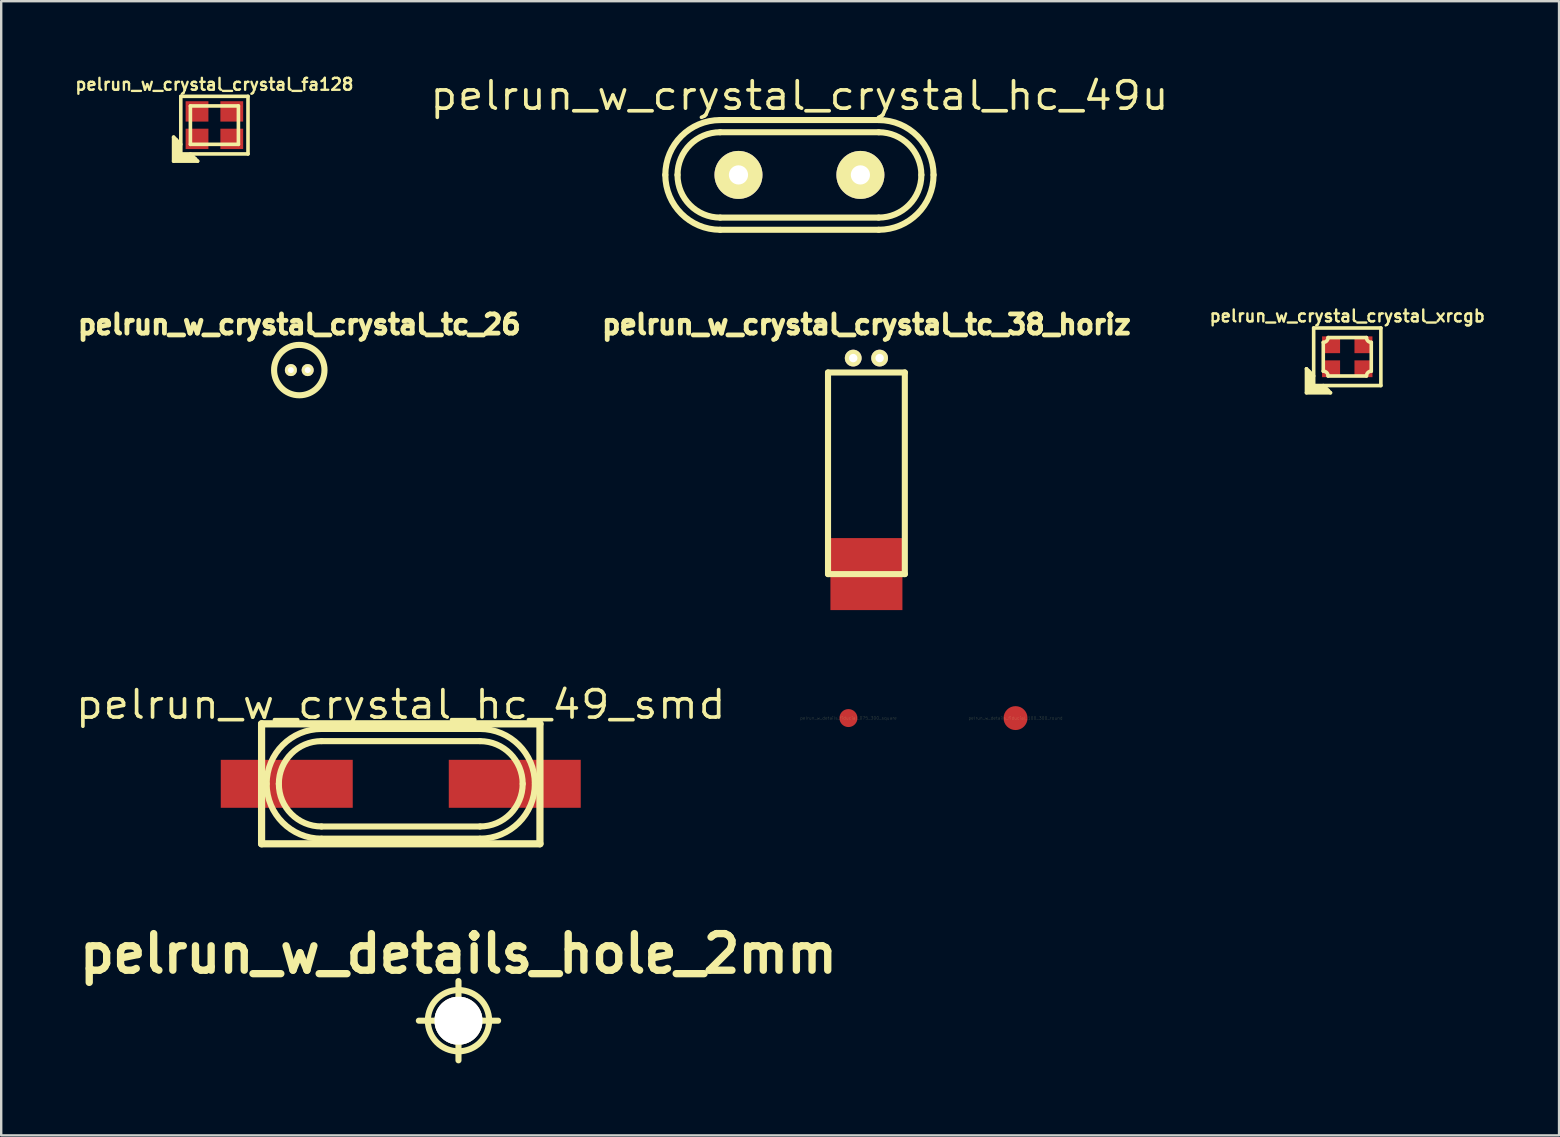
<source format=kicad_pcb>
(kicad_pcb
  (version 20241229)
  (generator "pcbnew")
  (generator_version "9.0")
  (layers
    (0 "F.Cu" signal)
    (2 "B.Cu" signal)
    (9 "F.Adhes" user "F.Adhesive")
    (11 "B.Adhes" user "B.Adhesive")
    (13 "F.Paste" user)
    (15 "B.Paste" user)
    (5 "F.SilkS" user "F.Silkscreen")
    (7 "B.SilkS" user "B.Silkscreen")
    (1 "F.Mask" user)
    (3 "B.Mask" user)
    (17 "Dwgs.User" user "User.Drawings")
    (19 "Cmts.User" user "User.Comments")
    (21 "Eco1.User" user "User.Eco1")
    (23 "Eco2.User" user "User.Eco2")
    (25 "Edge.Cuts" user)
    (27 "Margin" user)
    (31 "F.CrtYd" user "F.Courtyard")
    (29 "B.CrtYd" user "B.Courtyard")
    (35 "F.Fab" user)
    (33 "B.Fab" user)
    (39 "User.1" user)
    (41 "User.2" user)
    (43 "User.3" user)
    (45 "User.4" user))
  (footprint "pelrun_w_crystal_crystal_fa128"
    (layer "F.Cu")
    (at 5.883 2.164)
    (property "Reference" "pelrun_w_crystal_crystal_fa128" (at 0 -1.699 0) (layer "F.SilkS") (effects (font (size 0.498 0.498) (thickness 0.099))))
    (attr through_hole)
    (fp_line (start -1.7 0.5) (end -1.4 0.8) (stroke (width 0.15) (type solid)) (layer "F.SilkS"))
    (fp_line (start -1.7 1.5) (end -1.7 0.5) (stroke (width 0.15) (type solid)) (layer "F.SilkS"))
    (fp_line (start -1.7 1.5) (end -0.7 1.5) (stroke (width 0.15) (type solid)) (layer "F.SilkS"))
    (fp_line (start -1.6 1.4) (end -1.6 0.6) (stroke (width 0.15) (type solid)) (layer "F.SilkS"))
    (fp_line (start -1.6 1.4) (end -0.8 1.4) (stroke (width 0.15) (type solid)) (layer "F.SilkS"))
    (fp_line (start -1.5 1.3) (end -1.5 0.7) (stroke (width 0.15) (type solid)) (layer "F.SilkS"))
    (fp_line (start -1.5 1.3) (end -0.9 1.3) (stroke (width 0.15) (type solid)) (layer "F.SilkS"))
    (fp_line (start -1.4 -1.2) (end 1.4 -1.2) (stroke (width 0.15) (type solid)) (layer "F.SilkS"))
    (fp_line (start -1.4 1.2) (end -1.4 -1.2) (stroke (width 0.15) (type solid)) (layer "F.SilkS"))
    (fp_line (start -1 -0.8) (end -1 0.8) (stroke (width 0.15) (type solid)) (layer "F.SilkS"))
    (fp_line (start -1 0.8) (end 1 0.8) (stroke (width 0.15) (type solid)) (layer "F.SilkS"))
    (fp_line (start -0.7 1.5) (end -1 1.2) (stroke (width 0.15) (type solid)) (layer "F.SilkS"))
    (fp_line (start 1 -0.8) (end -1 -0.8) (stroke (width 0.15) (type solid)) (layer "F.SilkS"))
    (fp_line (start 1 0.8) (end 1 -0.8) (stroke (width 0.15) (type solid)) (layer "F.SilkS"))
    (fp_line (start 1.4 -1.2) (end 1.4 1.2) (stroke (width 0.15) (type solid)) (layer "F.SilkS"))
    (fp_line (start 1.4 1.2) (end -1.4 1.2) (stroke (width 0.15) (type solid)) (layer "F.SilkS"))
    (pad "1" smd rect (at -0.724 0.572) (size 0.95 0.848) (layers "F.Cu" "F.Mask" "F.Paste"))
    (pad "2" smd rect (at 0.724 -0.572) (size 0.95 0.848) (layers "F.Cu" "F.Mask" "F.Paste"))
    (pad "3" smd rect (at 0.724 0.572) (size 0.95 0.848) (layers "F.Cu" "F.Mask" "F.Paste"))
    (pad "4" smd rect (at -0.724 -0.572) (size 0.95 0.848) (layers "F.Cu" "F.Mask" "F.Paste")))
  (footprint "pelrun_w_crystal_crystal_tc_38_horiz"
    (layer "F.Cu")
    (at 33.05 16.27)
    (property "Reference" "pelrun_w_crystal_crystal_tc_38_horiz" (at 0 -5.8 0) (layer "F.SilkS") (effects (font (size 0.8 0.8) (thickness 0.2))))
    (attr through_hole)
    (fp_line (start -1.6 -3.8) (end -1.6 4.6) (stroke (width 0.254) (type solid)) (layer "F.SilkS"))
    (fp_line (start -1.6 -3.8) (end 1.6 -3.8) (stroke (width 0.254) (type solid)) (layer "F.SilkS"))
    (fp_line (start -1.6 4.6) (end 1.6 4.6) (stroke (width 0.254) (type solid)) (layer "F.SilkS"))
    (fp_line (start 1.6 -3.8) (end 1.6 4.6) (stroke (width 0.254) (type solid)) (layer "F.SilkS"))
    (pad "" smd rect (at 0 4.6) (size 3 3) (layers "F.Cu" "F.Mask" "F.Paste"))
    (pad "1" thru_hole circle (at -0.55 -4.4) (size 0.7 0.7) (drill 0.35) (layers "*.Cu" "*.Mask" "F.SilkS"))
    (pad "2" thru_hole circle (at 0.55 -4.4) (size 0.7 0.7) (drill 0.35) (layers "*.Cu" "*.Mask" "F.SilkS")))
  (footprint "pelrun_w_crystal_crystal_hc_49u"
    (layer "F.Cu")
    (at 30.259 4.238)
    (property "Reference" "pelrun_w_crystal_crystal_hc_49u" (at 0 -3.302 0) (layer "F.SilkS") (effects (font (size 1.143 1.27) (thickness 0.152))))
    (attr through_hole)
    (fp_line (start -3.302 -2.286) (end 3.302 -2.286) (stroke (width 0.254) (type solid)) (layer "F.SilkS"))
    (fp_line (start -3.302 1.778) (end 3.302 1.778) (stroke (width 0.254) (type solid)) (layer "F.SilkS"))
    (fp_line (start 3.302 -1.778) (end -3.302 -1.778) (stroke (width 0.254) (type solid)) (layer "F.SilkS"))
    (fp_line (start 3.302 2.286) (end -3.302 2.286) (stroke (width 0.254) (type solid)) (layer "F.SilkS"))
    (fp_arc (start -5.588 0) (mid -4.918446 -1.616446) (end -3.302 -2.286) (stroke (width 0.254) (type solid)) (layer "F.SilkS"))
    (fp_arc (start -5.08 0) (mid -4.559236 -1.257236) (end -3.302 -1.778) (stroke (width 0.254) (type solid)) (layer "F.SilkS"))
    (fp_arc (start -3.302 1.778) (mid -4.559236 1.257236) (end -5.08 0) (stroke (width 0.254) (type solid)) (layer "F.SilkS"))
    (fp_arc (start -3.302 2.286) (mid -4.918446 1.616446) (end -5.588 0) (stroke (width 0.254) (type solid)) (layer "F.SilkS"))
    (fp_arc (start 3.302 -2.286) (mid 4.918446 -1.616446) (end 5.588 0) (stroke (width 0.254) (type solid)) (layer "F.SilkS"))
    (fp_arc (start 3.302 -1.778) (mid 4.559236 -1.257236) (end 5.08 0) (stroke (width 0.254) (type solid)) (layer "F.SilkS"))
    (fp_arc (start 5.08 0) (mid 4.559236 1.257236) (end 3.302 1.778) (stroke (width 0.254) (type solid)) (layer "F.SilkS"))
    (fp_arc (start 5.588 0) (mid 4.918446 1.616446) (end 3.302 2.286) (stroke (width 0.254) (type solid)) (layer "F.SilkS"))
    (pad "1" thru_hole circle (at -2.54 0) (size 1.999 1.999) (drill 0.8) (layers "*.Cu" "*.Mask" "F.SilkS"))
    (pad "2" thru_hole circle (at 2.54 0) (size 1.999 1.999) (drill 0.8) (layers "*.Cu" "*.Mask" "F.SilkS")))
  (footprint "pelrun_w_details_hole_2mm"
    (layer "F.Cu")
    (at 16.053 39.478)
    (property "Reference" "pelrun_w_details_hole_2mm" (at 0 -2.794 0) (layer "F.SilkS") (effects (font (size 1.524 1.524) (thickness 0.305))))
    (attr through_hole)
    (fp_line (start -1.651 0) (end 1.651 0) (stroke (width 0.254) (type solid)) (layer "F.SilkS"))
    (fp_line (start 0 -1.651) (end 0 1.651) (stroke (width 0.254) (type solid)) (layer "F.SilkS"))
    (fp_circle (center 0 0) (end 1.27 -0.127) (stroke (width 0.254) (type solid)) (fill no) (layer "F.SilkS"))
    (pad "1" thru_hole circle (at 0 0) (size 1.999 1.999) (drill 1.999) (layers "*.Cu" "F.SilkS")))
  (footprint "pelrun_w_crystal_crystal_xrcgb"
    (layer "F.Cu")
    (at 53.085 11.815)
    (property "Reference" "pelrun_w_crystal_crystal_xrcgb" (at 0 -1.699 0) (layer "F.SilkS") (effects (font (size 0.498 0.498) (thickness 0.099))))
    (attr through_hole)
    (fp_line (start -1.7 0.5) (end -1.4 0.8) (stroke (width 0.15) (type solid)) (layer "F.SilkS"))
    (fp_line (start -1.7 1.5) (end -1.7 0.5) (stroke (width 0.15) (type solid)) (layer "F.SilkS"))
    (fp_line (start -1.6 0.6) (end -1.6 1.4) (stroke (width 0.15) (type solid)) (layer "F.SilkS"))
    (fp_line (start -1.6 1.4) (end -0.8 1.4) (stroke (width 0.15) (type solid)) (layer "F.SilkS"))
    (fp_line (start -1.5 1.3) (end -1.5 0.7) (stroke (width 0.15) (type solid)) (layer "F.SilkS"))
    (fp_line (start -1.5 1.3) (end -0.9 1.3) (stroke (width 0.15) (type solid)) (layer "F.SilkS"))
    (fp_line (start -1.4 -1.2) (end 1.4 -1.2) (stroke (width 0.15) (type solid)) (layer "F.SilkS"))
    (fp_line (start -1.4 1.2) (end -1.4 -1.2) (stroke (width 0.15) (type solid)) (layer "F.SilkS"))
    (fp_line (start -1 -0.6) (end -1 0.6) (stroke (width 0.15) (type solid)) (layer "F.SilkS"))
    (fp_line (start -0.8 0.8) (end 0.8 0.8) (stroke (width 0.15) (type solid)) (layer "F.SilkS"))
    (fp_line (start -0.7 1.5) (end -1.7 1.5) (stroke (width 0.15) (type solid)) (layer "F.SilkS"))
    (fp_line (start -0.7 1.5) (end -1 1.2) (stroke (width 0.15) (type solid)) (layer "F.SilkS"))
    (fp_line (start 0.8 -0.8) (end -0.8 -0.8) (stroke (width 0.15) (type solid)) (layer "F.SilkS"))
    (fp_line (start 1 0.6) (end 1 -0.6) (stroke (width 0.15) (type solid)) (layer "F.SilkS"))
    (fp_line (start 1.4 -1.2) (end 1.4 1.2) (stroke (width 0.15) (type solid)) (layer "F.SilkS"))
    (fp_line (start 1.4 1.2) (end -1.4 1.2) (stroke (width 0.15) (type solid)) (layer "F.SilkS"))
    (fp_arc (start -1 0.6) (mid -0.858579 0.658579) (end -0.8 0.8) (stroke (width 0.15) (type solid)) (layer "F.SilkS"))
    (fp_arc (start -0.8 -0.8) (mid -0.858579 -0.658579) (end -1 -0.6) (stroke (width 0.15) (type solid)) (layer "F.SilkS"))
    (fp_arc (start 0.8 0.8) (mid 0.858579 0.658579) (end 1 0.6) (stroke (width 0.15) (type solid)) (layer "F.SilkS"))
    (fp_arc (start 1 -0.6) (mid 0.858579 -0.658579) (end 0.8 -0.8) (stroke (width 0.15) (type solid)) (layer "F.SilkS"))
    (pad "1" smd rect (at -0.675 0.5) (size 0.75 0.7) (layers "F.Cu" "F.Mask" "F.Paste"))
    (pad "2" smd rect (at -0.675 -0.5) (size 0.75 0.7) (layers "F.Cu" "F.Mask" "F.Paste"))
    (pad "2" smd rect (at 0.675 0.5) (size 0.75 0.7) (layers "F.Cu" "F.Mask" "F.Paste"))
    (pad "3" smd rect (at 0.675 -0.5) (size 0.75 0.7) (layers "F.Cu" "F.Mask" "F.Paste")))
  (footprint "pelrun_w_details_fiducial_100_300_round"
    (layer "F.Cu")
    (at 39.263 26.87)
    (property "Reference" "pelrun_w_details_fiducial_100_300_round" (at 0 0 0) (layer "F.SilkS") (effects (font (size 0.127 0.127) (thickness 0.003))))
    (attr through_hole)
    (pad "" smd circle (at 0 0) (size 3 3) (layers "F.Mask"))
    (pad "1" smd circle (at 0 0) (size 0.996 0.996) (layers "F.Cu" "F.Mask")))
  (footprint "pelrun_w_crystal_hc_49_smd"
    (layer "F.Cu")
    (at 13.648 29.608)
    (property "Reference" "pelrun_w_crystal_hc_49_smd" (at 0 -3.302 0) (layer "F.SilkS") (effects (font (size 1.143 1.27) (thickness 0.152))))
    (attr through_hole)
    (fp_line (start -5.799 -2.499) (end -5.799 2.499) (stroke (width 0.3) (type solid)) (layer "F.SilkS"))
    (fp_line (start -5.799 2.499) (end 5.799 2.499) (stroke (width 0.3) (type solid)) (layer "F.SilkS"))
    (fp_line (start -3.302 -2.286) (end 3.302 -2.286) (stroke (width 0.254) (type solid)) (layer "F.SilkS"))
    (fp_line (start -3.302 1.778) (end 3.302 1.778) (stroke (width 0.254) (type solid)) (layer "F.SilkS"))
    (fp_line (start 3.302 -1.778) (end -3.302 -1.778) (stroke (width 0.254) (type solid)) (layer "F.SilkS"))
    (fp_line (start 3.302 2.286) (end -3.302 2.286) (stroke (width 0.254) (type solid)) (layer "F.SilkS"))
    (fp_line (start 5.799 -2.499) (end -5.799 -2.499) (stroke (width 0.3) (type solid)) (layer "F.SilkS"))
    (fp_line (start 5.799 2.499) (end 5.799 -2.499) (stroke (width 0.3) (type solid)) (layer "F.SilkS"))
    (fp_arc (start -5.588 0) (mid -4.918446 -1.616446) (end -3.302 -2.286) (stroke (width 0.254) (type solid)) (layer "F.SilkS"))
    (fp_arc (start -5.08 0) (mid -4.559236 -1.257236) (end -3.302 -1.778) (stroke (width 0.254) (type solid)) (layer "F.SilkS"))
    (fp_arc (start -3.302 1.778) (mid -4.559236 1.257236) (end -5.08 0) (stroke (width 0.254) (type solid)) (layer "F.SilkS"))
    (fp_arc (start -3.302 2.286) (mid -4.918446 1.616446) (end -5.588 0) (stroke (width 0.254) (type solid)) (layer "F.SilkS"))
    (fp_arc (start 3.302 -2.286) (mid 4.918446 -1.616446) (end 5.588 0) (stroke (width 0.254) (type solid)) (layer "F.SilkS"))
    (fp_arc (start 3.302 -1.778) (mid 4.559236 -1.257236) (end 5.08 0) (stroke (width 0.254) (type solid)) (layer "F.SilkS"))
    (fp_arc (start 5.08 0) (mid 4.559236 1.257236) (end 3.302 1.778) (stroke (width 0.254) (type solid)) (layer "F.SilkS"))
    (fp_arc (start 5.588 0) (mid 4.918446 1.616446) (end 3.302 2.286) (stroke (width 0.254) (type solid)) (layer "F.SilkS"))
    (pad "1" smd rect (at -4.75 0) (size 5.499 1.999) (layers "F.Cu" "F.Mask" "F.Paste"))
    (pad "2" smd rect (at 4.75 0) (size 5.499 1.999) (layers "F.Cu" "F.Mask" "F.Paste")))
  (footprint "pelrun_w_crystal_crystal_tc_26"
    (layer "F.Cu")
    (at 9.42 12.37)
    (property "Reference" "pelrun_w_crystal_crystal_tc_26" (at 0 -1.9 0) (layer "F.SilkS") (effects (font (size 0.8 0.8) (thickness 0.2))))
    (attr through_hole)
    (fp_circle (center 0 0) (end -1.05 0) (stroke (width 0.254) (type solid)) (fill no) (layer "F.SilkS"))
    (pad "1" thru_hole oval (at -0.35 0) (size 0.5 0.5) (drill 0.25) (layers "*.Cu" "*.Mask" "F.SilkS"))
    (pad "2" thru_hole oval (at 0.35 0) (size 0.5 0.5) (drill 0.25) (layers "*.Cu" "*.Mask" "F.SilkS")))
  (footprint "pelrun_w_details_fiducial_075_300_square"
    (layer "F.Cu")
    (at 32.301 26.869)
    (property "Reference" "pelrun_w_details_fiducial_075_300_square" (at 0 0 0) (layer "F.SilkS") (effects (font (size 0.127 0.127) (thickness 0.003))))
    (attr through_hole)
    (pad "" smd rect (at 0 0) (size 2.997 2.997) (layers "F.Mask"))
    (pad "1" smd circle (at 0 0) (size 0.749 0.749) (layers "F.Cu" "F.Mask")))
  (gr_rect
    (start -3 -3)
    (end 61.909 44.256)
    (stroke (width 0.1) (type default))
    (fill no)
    (layer "Edge.Cuts")))
</source>
